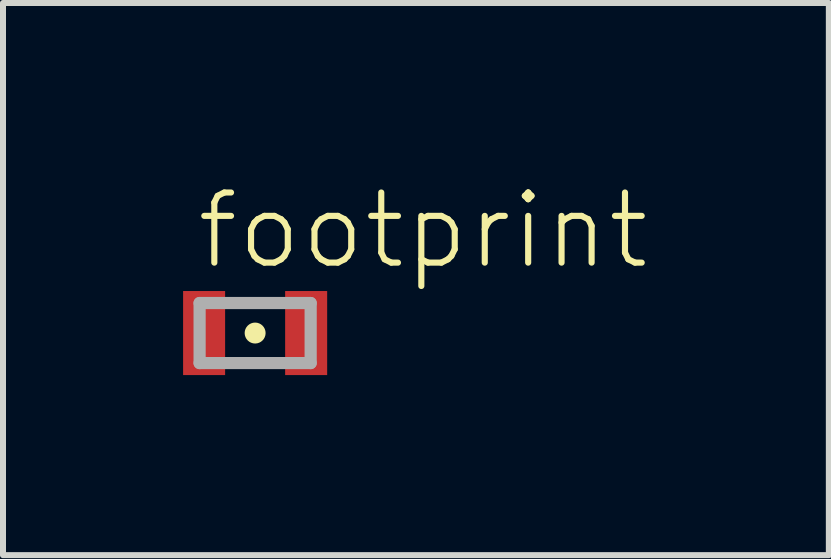
<source format=kicad_pcb>
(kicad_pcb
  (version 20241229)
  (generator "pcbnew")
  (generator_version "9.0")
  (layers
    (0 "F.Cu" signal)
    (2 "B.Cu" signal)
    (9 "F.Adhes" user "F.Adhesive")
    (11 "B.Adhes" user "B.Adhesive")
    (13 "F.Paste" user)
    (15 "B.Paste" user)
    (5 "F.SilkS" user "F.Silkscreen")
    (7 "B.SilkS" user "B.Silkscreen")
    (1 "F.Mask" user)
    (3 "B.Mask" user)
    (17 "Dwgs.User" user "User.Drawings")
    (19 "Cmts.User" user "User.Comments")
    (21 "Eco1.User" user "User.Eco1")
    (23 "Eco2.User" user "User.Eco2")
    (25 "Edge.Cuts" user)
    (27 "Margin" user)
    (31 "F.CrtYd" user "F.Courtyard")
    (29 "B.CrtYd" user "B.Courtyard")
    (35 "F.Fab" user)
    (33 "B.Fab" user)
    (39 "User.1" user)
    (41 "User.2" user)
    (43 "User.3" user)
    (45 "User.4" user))
  (footprint "footprint"
    (layer "F.Cu")
    (at 1.2 2.498)
    (property "Reference" "footprint" (at -1.025 -1.025 0) (layer "F.SilkS") (effects (font (size 1.168 1.168) (thickness 0.102)) (justify left bottom)))
    (fp_circle (center 0 0) (end 0.087 0) (stroke (width 0.175) (type solid)) (fill yes) (layer "F.SilkS"))
    (fp_line (start -0.925 -0.5) (end 0.925 -0.5) (stroke (width 0.203) (type solid)) (layer "F.Fab"))
    (fp_line (start -0.925 0.5) (end -0.925 -0.5) (stroke (width 0.203) (type solid)) (layer "F.Fab"))
    (fp_line (start 0.925 -0.5) (end 0.925 0.5) (stroke (width 0.203) (type solid)) (layer "F.Fab"))
    (fp_line (start 0.925 0.5) (end -0.925 0.5) (stroke (width 0.203) (type solid)) (layer "F.Fab"))
    (pad "1" smd rect (at -0.85 0) (size 0.7 1.4) (layers "F.Cu" "F.Mask" "F.Paste"))
    (pad "2" smd rect (at 0.85 0) (size 0.7 1.4) (layers "F.Cu" "F.Mask" "F.Paste")))
  (gr_rect
    (start -3 -3)
    (end 10.757 6.198)
    (stroke (width 0.1) (type default))
    (fill no)
    (layer "Edge.Cuts")))
</source>
